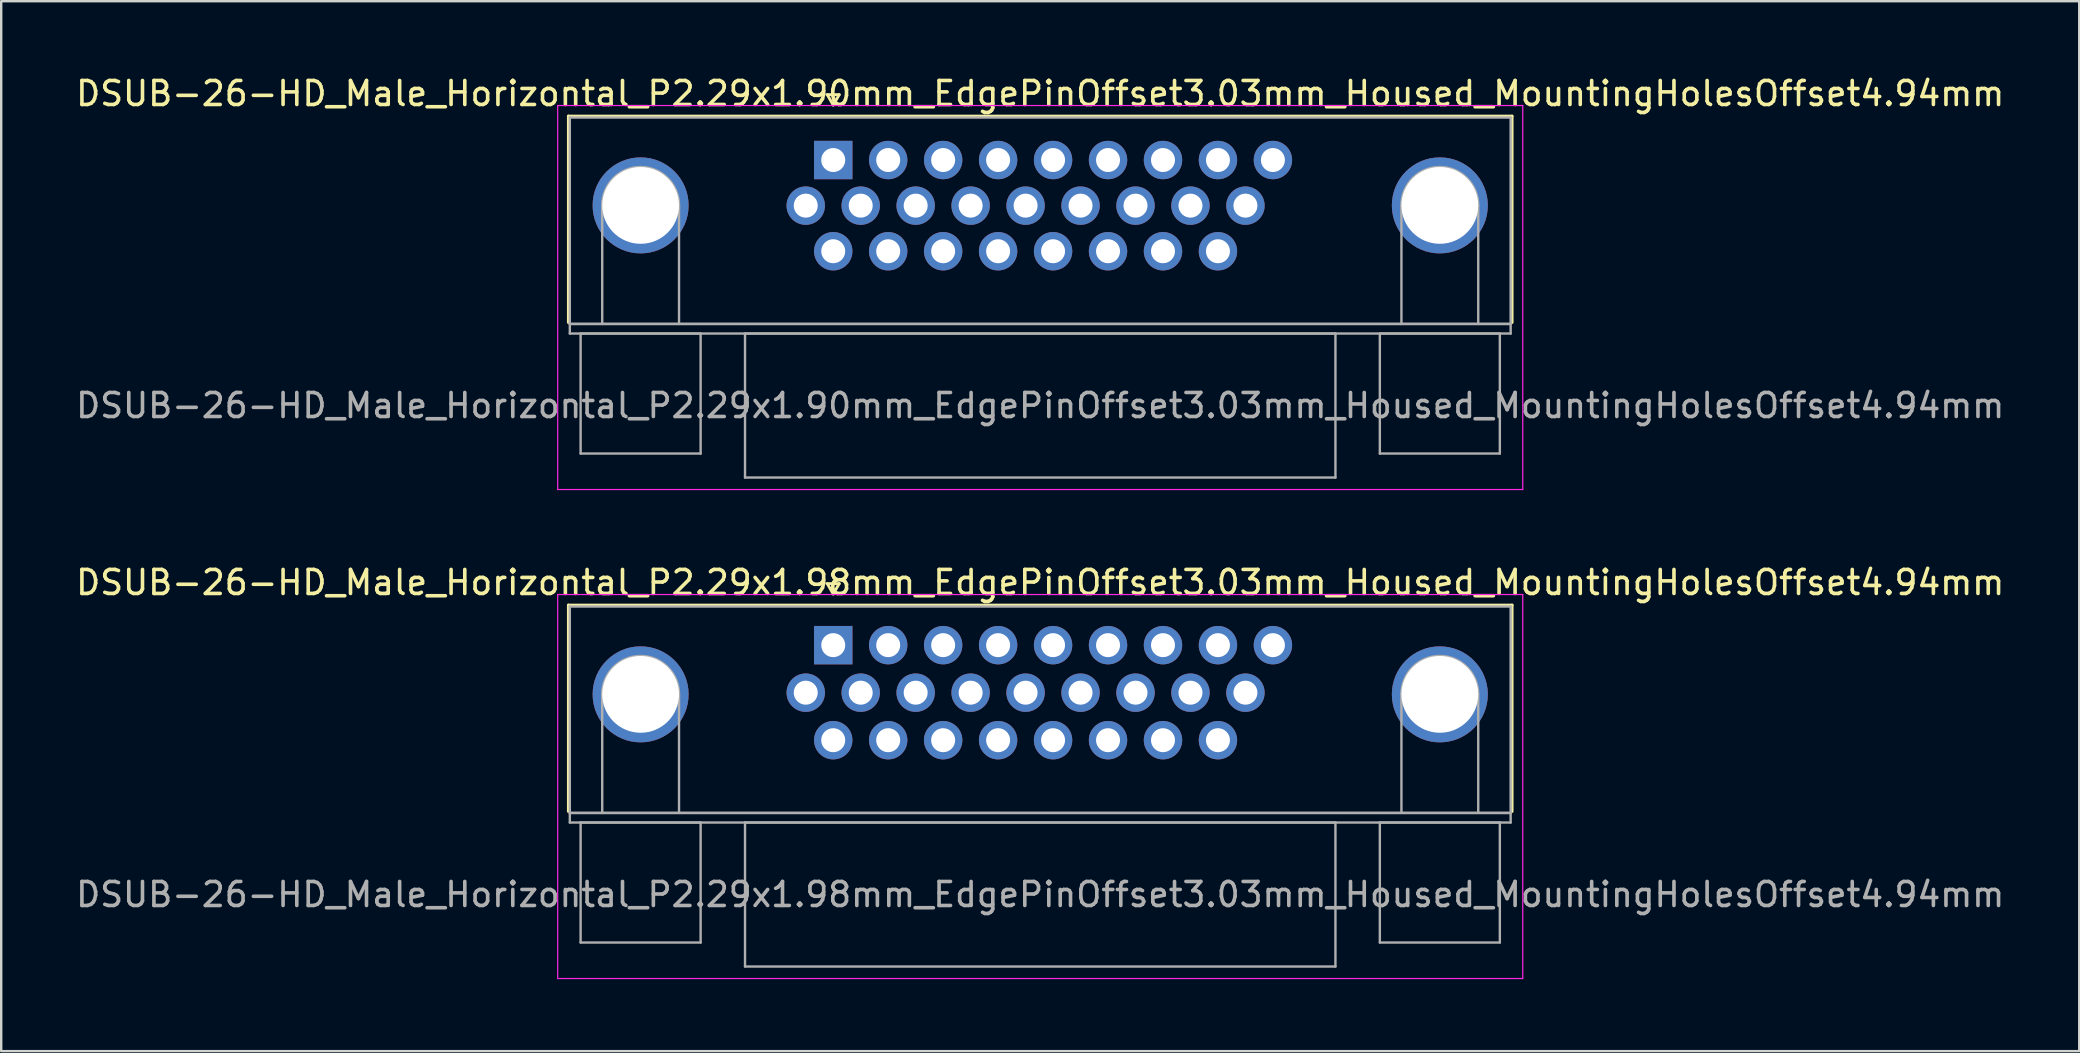
<source format=kicad_pcb>
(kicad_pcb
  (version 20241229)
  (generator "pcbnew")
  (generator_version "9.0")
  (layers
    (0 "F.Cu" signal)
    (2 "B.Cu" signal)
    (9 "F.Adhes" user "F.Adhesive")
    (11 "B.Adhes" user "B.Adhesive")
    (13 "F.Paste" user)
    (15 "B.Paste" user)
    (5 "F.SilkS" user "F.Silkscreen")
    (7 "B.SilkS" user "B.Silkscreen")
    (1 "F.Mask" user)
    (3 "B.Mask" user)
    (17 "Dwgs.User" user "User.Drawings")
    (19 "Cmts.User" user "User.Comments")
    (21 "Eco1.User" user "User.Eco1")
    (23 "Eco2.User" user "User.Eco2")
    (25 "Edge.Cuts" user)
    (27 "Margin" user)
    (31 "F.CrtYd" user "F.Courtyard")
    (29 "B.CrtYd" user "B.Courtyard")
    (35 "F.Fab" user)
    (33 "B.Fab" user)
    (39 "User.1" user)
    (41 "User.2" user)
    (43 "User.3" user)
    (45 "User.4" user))
  (footprint "DSUB-26-HD_Male_Horizontal_P2.29x1.98mm_EdgePinOffset3.03mm_Housed_MountingHolesOffset4.94mm"
    (layer "F.Cu")
    (at 31.667 23.831)
    (property "Reference" "DSUB-26-HD_Male_Horizontal_P2.29x1.98mm_EdgePinOffset3.03mm_Housed_MountingHolesOffset4.94mm" (at 8.625 -2.61 0) (layer "F.SilkS") (effects (font (size 1 1) (thickness 0.15))))
    (attr through_hole)
    (fp_line (start -11.035 -1.67) (end 28.285 -1.67) (stroke (width 0.12) (type solid)) (layer "F.SilkS"))
    (fp_line (start -11.035 6.93) (end -11.035 -1.67) (stroke (width 0.12) (type solid)) (layer "F.SilkS"))
    (fp_line (start -0.25 -2.564) (end 0.25 -2.564) (stroke (width 0.12) (type solid)) (layer "F.SilkS"))
    (fp_line (start 0 -2.131) (end -0.25 -2.564) (stroke (width 0.12) (type solid)) (layer "F.SilkS"))
    (fp_line (start 0.25 -2.564) (end 0 -2.131) (stroke (width 0.12) (type solid)) (layer "F.SilkS"))
    (fp_line (start 28.285 -1.67) (end 28.285 6.93) (stroke (width 0.12) (type solid)) (layer "F.SilkS"))
    (fp_line (start -11.48 -2.11) (end -11.48 13.89) (stroke (width 0.05) (type solid)) (layer "F.CrtYd"))
    (fp_line (start -11.48 13.89) (end 28.73 13.89) (stroke (width 0.05) (type solid)) (layer "F.CrtYd"))
    (fp_line (start 28.73 -2.11) (end -11.48 -2.11) (stroke (width 0.05) (type solid)) (layer "F.CrtYd"))
    (fp_line (start 28.73 13.89) (end 28.73 -2.11) (stroke (width 0.05) (type solid)) (layer "F.CrtYd"))
    (fp_line (start -10.975 -1.61) (end -10.975 6.99) (stroke (width 0.1) (type solid)) (layer "F.Fab"))
    (fp_line (start -10.975 6.99) (end -10.975 7.39) (stroke (width 0.1) (type solid)) (layer "F.Fab"))
    (fp_line (start -10.975 6.99) (end 28.225 6.99) (stroke (width 0.1) (type solid)) (layer "F.Fab"))
    (fp_line (start -10.975 7.39) (end 28.225 7.39) (stroke (width 0.1) (type solid)) (layer "F.Fab"))
    (fp_line (start -10.525 7.39) (end -10.525 12.39) (stroke (width 0.1) (type solid)) (layer "F.Fab"))
    (fp_line (start -10.525 12.39) (end -5.525 12.39) (stroke (width 0.1) (type solid)) (layer "F.Fab"))
    (fp_line (start -9.625 6.99) (end -9.625 2.05) (stroke (width 0.1) (type solid)) (layer "F.Fab"))
    (fp_line (start -6.425 6.99) (end -6.425 2.05) (stroke (width 0.1) (type solid)) (layer "F.Fab"))
    (fp_line (start -5.525 7.39) (end -10.525 7.39) (stroke (width 0.1) (type solid)) (layer "F.Fab"))
    (fp_line (start -5.525 12.39) (end -5.525 7.39) (stroke (width 0.1) (type solid)) (layer "F.Fab"))
    (fp_line (start -3.675 7.39) (end -3.675 13.39) (stroke (width 0.1) (type solid)) (layer "F.Fab"))
    (fp_line (start -3.675 13.39) (end 20.925 13.39) (stroke (width 0.1) (type solid)) (layer "F.Fab"))
    (fp_line (start 20.925 7.39) (end -3.675 7.39) (stroke (width 0.1) (type solid)) (layer "F.Fab"))
    (fp_line (start 20.925 13.39) (end 20.925 7.39) (stroke (width 0.1) (type solid)) (layer "F.Fab"))
    (fp_line (start 22.775 7.39) (end 22.775 12.39) (stroke (width 0.1) (type solid)) (layer "F.Fab"))
    (fp_line (start 22.775 12.39) (end 27.775 12.39) (stroke (width 0.1) (type solid)) (layer "F.Fab"))
    (fp_line (start 23.675 6.99) (end 23.675 2.05) (stroke (width 0.1) (type solid)) (layer "F.Fab"))
    (fp_line (start 26.875 6.99) (end 26.875 2.05) (stroke (width 0.1) (type solid)) (layer "F.Fab"))
    (fp_line (start 27.775 7.39) (end 22.775 7.39) (stroke (width 0.1) (type solid)) (layer "F.Fab"))
    (fp_line (start 27.775 12.39) (end 27.775 7.39) (stroke (width 0.1) (type solid)) (layer "F.Fab"))
    (fp_line (start 28.225 -1.61) (end -10.975 -1.61) (stroke (width 0.1) (type solid)) (layer "F.Fab"))
    (fp_line (start 28.225 6.99) (end -10.975 6.99) (stroke (width 0.1) (type solid)) (layer "F.Fab"))
    (fp_line (start 28.225 6.99) (end 28.225 -1.61) (stroke (width 0.1) (type solid)) (layer "F.Fab"))
    (fp_line (start 28.225 7.39) (end 28.225 6.99) (stroke (width 0.1) (type solid)) (layer "F.Fab"))
    (fp_arc (start -9.625 2.05) (mid -8.025 0.45) (end -6.425 2.05) (stroke (width 0.1) (type solid)) (layer "F.Fab"))
    (fp_arc (start 23.675 2.05) (mid 25.275 0.45) (end 26.875 2.05) (stroke (width 0.1) (type solid)) (layer "F.Fab"))
    (fp_text user "${REFERENCE}" (at 8.625 10.39 0) (layer "F.Fab") (effects (font (size 1 1) (thickness 0.15))))
    (pad "0" thru_hole circle (at -8.025 2.05) (size 4 4) (drill 3.2) (layers "*.Cu" "*.Mask"))
    (pad "0" thru_hole circle (at 25.275 2.05) (size 4 4) (drill 3.2) (layers "*.Cu" "*.Mask"))
    (pad "1" thru_hole rect (at 0 0) (size 1.6 1.6) (drill 1) (layers "*.Cu" "*.Mask"))
    (pad "2" thru_hole circle (at 2.29 0) (size 1.6 1.6) (drill 1) (layers "*.Cu" "*.Mask"))
    (pad "3" thru_hole circle (at 4.58 0) (size 1.6 1.6) (drill 1) (layers "*.Cu" "*.Mask"))
    (pad "4" thru_hole circle (at 6.87 0) (size 1.6 1.6) (drill 1) (layers "*.Cu" "*.Mask"))
    (pad "5" thru_hole circle (at 9.16 0) (size 1.6 1.6) (drill 1) (layers "*.Cu" "*.Mask"))
    (pad "6" thru_hole circle (at 11.45 0) (size 1.6 1.6) (drill 1) (layers "*.Cu" "*.Mask"))
    (pad "7" thru_hole circle (at 13.74 0) (size 1.6 1.6) (drill 1) (layers "*.Cu" "*.Mask"))
    (pad "8" thru_hole circle (at 16.03 0) (size 1.6 1.6) (drill 1) (layers "*.Cu" "*.Mask"))
    (pad "9" thru_hole circle (at 18.32 0) (size 1.6 1.6) (drill 1) (layers "*.Cu" "*.Mask"))
    (pad "10" thru_hole circle (at -1.145 1.98) (size 1.6 1.6) (drill 1) (layers "*.Cu" "*.Mask"))
    (pad "11" thru_hole circle (at 1.145 1.98) (size 1.6 1.6) (drill 1) (layers "*.Cu" "*.Mask"))
    (pad "12" thru_hole circle (at 3.435 1.98) (size 1.6 1.6) (drill 1) (layers "*.Cu" "*.Mask"))
    (pad "13" thru_hole circle (at 5.725 1.98) (size 1.6 1.6) (drill 1) (layers "*.Cu" "*.Mask"))
    (pad "14" thru_hole circle (at 8.015 1.98) (size 1.6 1.6) (drill 1) (layers "*.Cu" "*.Mask"))
    (pad "15" thru_hole circle (at 10.305 1.98) (size 1.6 1.6) (drill 1) (layers "*.Cu" "*.Mask"))
    (pad "16" thru_hole circle (at 12.595 1.98) (size 1.6 1.6) (drill 1) (layers "*.Cu" "*.Mask"))
    (pad "17" thru_hole circle (at 14.885 1.98) (size 1.6 1.6) (drill 1) (layers "*.Cu" "*.Mask"))
    (pad "18" thru_hole circle (at 17.175 1.98) (size 1.6 1.6) (drill 1) (layers "*.Cu" "*.Mask"))
    (pad "19" thru_hole circle (at 0 3.96) (size 1.6 1.6) (drill 1) (layers "*.Cu" "*.Mask"))
    (pad "20" thru_hole circle (at 2.29 3.96) (size 1.6 1.6) (drill 1) (layers "*.Cu" "*.Mask"))
    (pad "21" thru_hole circle (at 4.58 3.96) (size 1.6 1.6) (drill 1) (layers "*.Cu" "*.Mask"))
    (pad "22" thru_hole circle (at 6.87 3.96) (size 1.6 1.6) (drill 1) (layers "*.Cu" "*.Mask"))
    (pad "23" thru_hole circle (at 9.16 3.96) (size 1.6 1.6) (drill 1) (layers "*.Cu" "*.Mask"))
    (pad "24" thru_hole circle (at 11.45 3.96) (size 1.6 1.6) (drill 1) (layers "*.Cu" "*.Mask"))
    (pad "25" thru_hole circle (at 13.74 3.96) (size 1.6 1.6) (drill 1) (layers "*.Cu" "*.Mask"))
    (pad "26" thru_hole circle (at 16.03 3.96) (size 1.6 1.6) (drill 1) (layers "*.Cu" "*.Mask")))
  (footprint "DSUB-26-HD_Male_Horizontal_P2.29x1.90mm_EdgePinOffset3.03mm_Housed_MountingHolesOffset4.94mm"
    (layer "F.Cu")
    (at 31.667 3.618)
    (property "Reference" "DSUB-26-HD_Male_Horizontal_P2.29x1.90mm_EdgePinOffset3.03mm_Housed_MountingHolesOffset4.94mm" (at 8.625 -2.77 0) (layer "F.SilkS") (effects (font (size 1 1) (thickness 0.15))))
    (attr through_hole)
    (fp_line (start -11.035 -1.83) (end 28.285 -1.83) (stroke (width 0.12) (type solid)) (layer "F.SilkS"))
    (fp_line (start -11.035 6.77) (end -11.035 -1.83) (stroke (width 0.12) (type solid)) (layer "F.SilkS"))
    (fp_line (start -0.25 -2.724) (end 0.25 -2.724) (stroke (width 0.12) (type solid)) (layer "F.SilkS"))
    (fp_line (start 0 -2.291) (end -0.25 -2.724) (stroke (width 0.12) (type solid)) (layer "F.SilkS"))
    (fp_line (start 0.25 -2.724) (end 0 -2.291) (stroke (width 0.12) (type solid)) (layer "F.SilkS"))
    (fp_line (start 28.285 -1.83) (end 28.285 6.77) (stroke (width 0.12) (type solid)) (layer "F.SilkS"))
    (fp_line (start -11.48 -2.27) (end -11.48 13.73) (stroke (width 0.05) (type solid)) (layer "F.CrtYd"))
    (fp_line (start -11.48 13.73) (end 28.73 13.73) (stroke (width 0.05) (type solid)) (layer "F.CrtYd"))
    (fp_line (start 28.73 -2.27) (end -11.48 -2.27) (stroke (width 0.05) (type solid)) (layer "F.CrtYd"))
    (fp_line (start 28.73 13.73) (end 28.73 -2.27) (stroke (width 0.05) (type solid)) (layer "F.CrtYd"))
    (fp_line (start -10.975 -1.77) (end -10.975 6.83) (stroke (width 0.1) (type solid)) (layer "F.Fab"))
    (fp_line (start -10.975 6.83) (end -10.975 7.23) (stroke (width 0.1) (type solid)) (layer "F.Fab"))
    (fp_line (start -10.975 6.83) (end 28.225 6.83) (stroke (width 0.1) (type solid)) (layer "F.Fab"))
    (fp_line (start -10.975 7.23) (end 28.225 7.23) (stroke (width 0.1) (type solid)) (layer "F.Fab"))
    (fp_line (start -10.525 7.23) (end -10.525 12.23) (stroke (width 0.1) (type solid)) (layer "F.Fab"))
    (fp_line (start -10.525 12.23) (end -5.525 12.23) (stroke (width 0.1) (type solid)) (layer "F.Fab"))
    (fp_line (start -9.625 6.83) (end -9.625 1.89) (stroke (width 0.1) (type solid)) (layer "F.Fab"))
    (fp_line (start -6.425 6.83) (end -6.425 1.89) (stroke (width 0.1) (type solid)) (layer "F.Fab"))
    (fp_line (start -5.525 7.23) (end -10.525 7.23) (stroke (width 0.1) (type solid)) (layer "F.Fab"))
    (fp_line (start -5.525 12.23) (end -5.525 7.23) (stroke (width 0.1) (type solid)) (layer "F.Fab"))
    (fp_line (start -3.675 7.23) (end -3.675 13.23) (stroke (width 0.1) (type solid)) (layer "F.Fab"))
    (fp_line (start -3.675 13.23) (end 20.925 13.23) (stroke (width 0.1) (type solid)) (layer "F.Fab"))
    (fp_line (start 20.925 7.23) (end -3.675 7.23) (stroke (width 0.1) (type solid)) (layer "F.Fab"))
    (fp_line (start 20.925 13.23) (end 20.925 7.23) (stroke (width 0.1) (type solid)) (layer "F.Fab"))
    (fp_line (start 22.775 7.23) (end 22.775 12.23) (stroke (width 0.1) (type solid)) (layer "F.Fab"))
    (fp_line (start 22.775 12.23) (end 27.775 12.23) (stroke (width 0.1) (type solid)) (layer "F.Fab"))
    (fp_line (start 23.675 6.83) (end 23.675 1.89) (stroke (width 0.1) (type solid)) (layer "F.Fab"))
    (fp_line (start 26.875 6.83) (end 26.875 1.89) (stroke (width 0.1) (type solid)) (layer "F.Fab"))
    (fp_line (start 27.775 7.23) (end 22.775 7.23) (stroke (width 0.1) (type solid)) (layer "F.Fab"))
    (fp_line (start 27.775 12.23) (end 27.775 7.23) (stroke (width 0.1) (type solid)) (layer "F.Fab"))
    (fp_line (start 28.225 -1.77) (end -10.975 -1.77) (stroke (width 0.1) (type solid)) (layer "F.Fab"))
    (fp_line (start 28.225 6.83) (end -10.975 6.83) (stroke (width 0.1) (type solid)) (layer "F.Fab"))
    (fp_line (start 28.225 6.83) (end 28.225 -1.77) (stroke (width 0.1) (type solid)) (layer "F.Fab"))
    (fp_line (start 28.225 7.23) (end 28.225 6.83) (stroke (width 0.1) (type solid)) (layer "F.Fab"))
    (fp_arc (start -9.625 1.89) (mid -8.025 0.29) (end -6.425 1.89) (stroke (width 0.1) (type solid)) (layer "F.Fab"))
    (fp_arc (start 23.675 1.89) (mid 25.275 0.29) (end 26.875 1.89) (stroke (width 0.1) (type solid)) (layer "F.Fab"))
    (fp_text user "${REFERENCE}" (at 8.625 10.23 0) (layer "F.Fab") (effects (font (size 1 1) (thickness 0.15))))
    (pad "0" thru_hole circle (at -8.025 1.89) (size 4 4) (drill 3.2) (layers "*.Cu" "*.Mask"))
    (pad "0" thru_hole circle (at 25.275 1.89) (size 4 4) (drill 3.2) (layers "*.Cu" "*.Mask"))
    (pad "1" thru_hole rect (at 0 0) (size 1.6 1.6) (drill 1) (layers "*.Cu" "*.Mask"))
    (pad "2" thru_hole circle (at 2.29 0) (size 1.6 1.6) (drill 1) (layers "*.Cu" "*.Mask"))
    (pad "3" thru_hole circle (at 4.58 0) (size 1.6 1.6) (drill 1) (layers "*.Cu" "*.Mask"))
    (pad "4" thru_hole circle (at 6.87 0) (size 1.6 1.6) (drill 1) (layers "*.Cu" "*.Mask"))
    (pad "5" thru_hole circle (at 9.16 0) (size 1.6 1.6) (drill 1) (layers "*.Cu" "*.Mask"))
    (pad "6" thru_hole circle (at 11.45 0) (size 1.6 1.6) (drill 1) (layers "*.Cu" "*.Mask"))
    (pad "7" thru_hole circle (at 13.74 0) (size 1.6 1.6) (drill 1) (layers "*.Cu" "*.Mask"))
    (pad "8" thru_hole circle (at 16.03 0) (size 1.6 1.6) (drill 1) (layers "*.Cu" "*.Mask"))
    (pad "9" thru_hole circle (at 18.32 0) (size 1.6 1.6) (drill 1) (layers "*.Cu" "*.Mask"))
    (pad "10" thru_hole circle (at -1.145 1.9) (size 1.6 1.6) (drill 1) (layers "*.Cu" "*.Mask"))
    (pad "11" thru_hole circle (at 1.145 1.9) (size 1.6 1.6) (drill 1) (layers "*.Cu" "*.Mask"))
    (pad "12" thru_hole circle (at 3.435 1.9) (size 1.6 1.6) (drill 1) (layers "*.Cu" "*.Mask"))
    (pad "13" thru_hole circle (at 5.725 1.9) (size 1.6 1.6) (drill 1) (layers "*.Cu" "*.Mask"))
    (pad "14" thru_hole circle (at 8.015 1.9) (size 1.6 1.6) (drill 1) (layers "*.Cu" "*.Mask"))
    (pad "15" thru_hole circle (at 10.305 1.9) (size 1.6 1.6) (drill 1) (layers "*.Cu" "*.Mask"))
    (pad "16" thru_hole circle (at 12.595 1.9) (size 1.6 1.6) (drill 1) (layers "*.Cu" "*.Mask"))
    (pad "17" thru_hole circle (at 14.885 1.9) (size 1.6 1.6) (drill 1) (layers "*.Cu" "*.Mask"))
    (pad "18" thru_hole circle (at 17.175 1.9) (size 1.6 1.6) (drill 1) (layers "*.Cu" "*.Mask"))
    (pad "19" thru_hole circle (at 0 3.8) (size 1.6 1.6) (drill 1) (layers "*.Cu" "*.Mask"))
    (pad "20" thru_hole circle (at 2.29 3.8) (size 1.6 1.6) (drill 1) (layers "*.Cu" "*.Mask"))
    (pad "21" thru_hole circle (at 4.58 3.8) (size 1.6 1.6) (drill 1) (layers "*.Cu" "*.Mask"))
    (pad "22" thru_hole circle (at 6.87 3.8) (size 1.6 1.6) (drill 1) (layers "*.Cu" "*.Mask"))
    (pad "23" thru_hole circle (at 9.16 3.8) (size 1.6 1.6) (drill 1) (layers "*.Cu" "*.Mask"))
    (pad "24" thru_hole circle (at 11.45 3.8) (size 1.6 1.6) (drill 1) (layers "*.Cu" "*.Mask"))
    (pad "25" thru_hole circle (at 13.74 3.8) (size 1.6 1.6) (drill 1) (layers "*.Cu" "*.Mask"))
    (pad "26" thru_hole circle (at 16.03 3.8) (size 1.6 1.6) (drill 1) (layers "*.Cu" "*.Mask")))
  (gr_rect
    (start -3 -3)
    (end 83.583 40.746)
    (stroke (width 0.1) (type default))
    (fill no)
    (layer "Edge.Cuts")))
</source>
